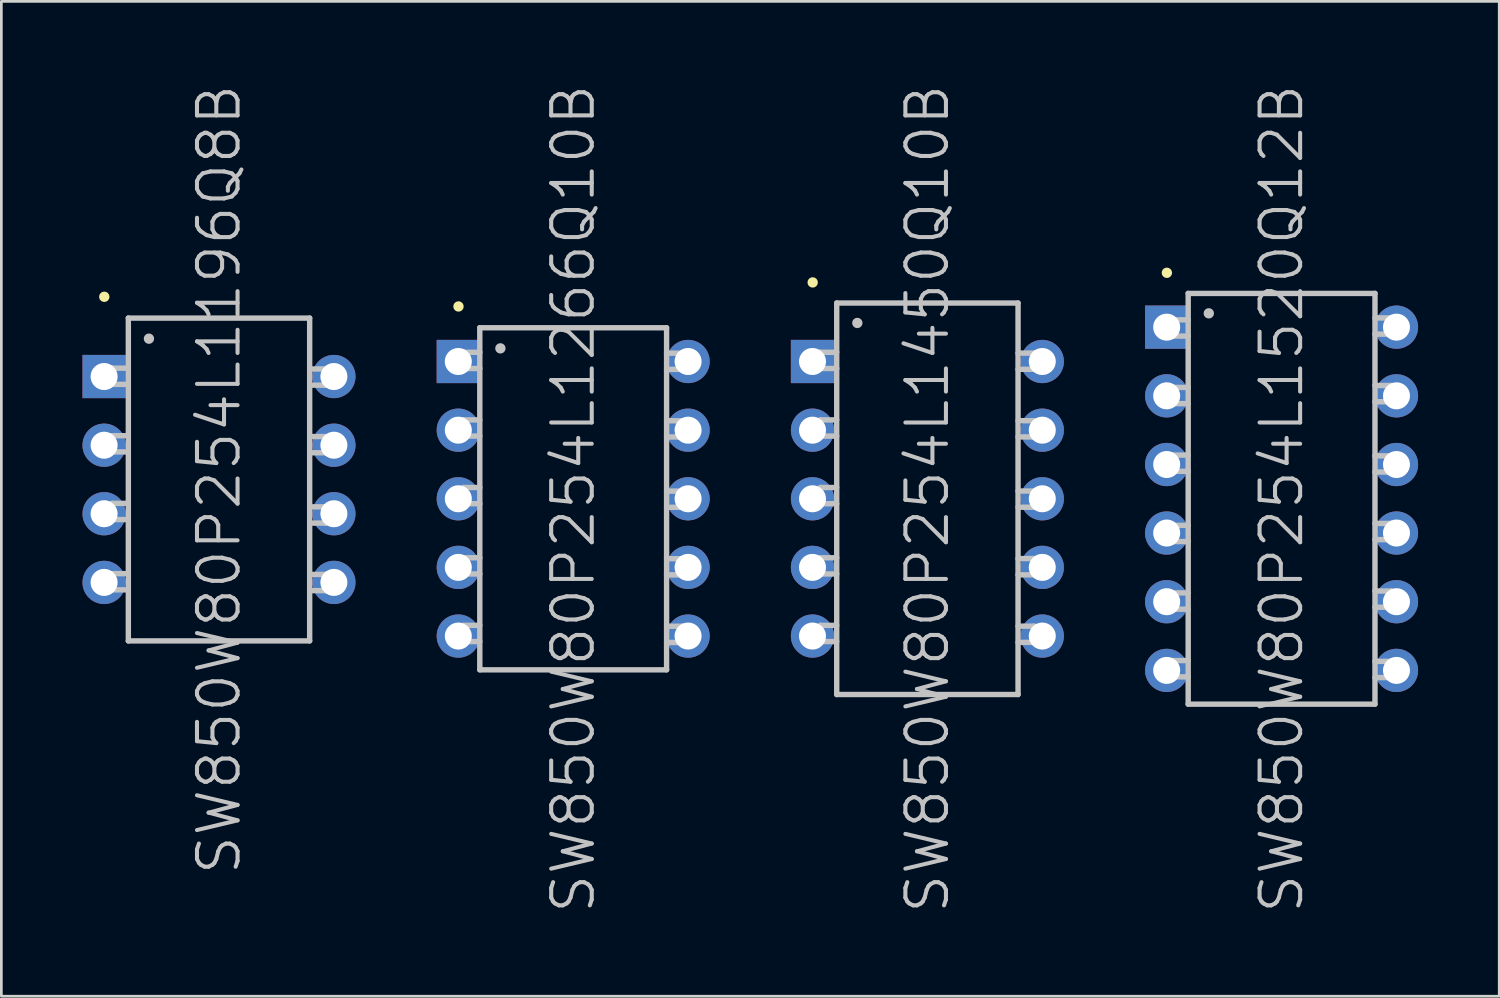
<source format=kicad_pcb>
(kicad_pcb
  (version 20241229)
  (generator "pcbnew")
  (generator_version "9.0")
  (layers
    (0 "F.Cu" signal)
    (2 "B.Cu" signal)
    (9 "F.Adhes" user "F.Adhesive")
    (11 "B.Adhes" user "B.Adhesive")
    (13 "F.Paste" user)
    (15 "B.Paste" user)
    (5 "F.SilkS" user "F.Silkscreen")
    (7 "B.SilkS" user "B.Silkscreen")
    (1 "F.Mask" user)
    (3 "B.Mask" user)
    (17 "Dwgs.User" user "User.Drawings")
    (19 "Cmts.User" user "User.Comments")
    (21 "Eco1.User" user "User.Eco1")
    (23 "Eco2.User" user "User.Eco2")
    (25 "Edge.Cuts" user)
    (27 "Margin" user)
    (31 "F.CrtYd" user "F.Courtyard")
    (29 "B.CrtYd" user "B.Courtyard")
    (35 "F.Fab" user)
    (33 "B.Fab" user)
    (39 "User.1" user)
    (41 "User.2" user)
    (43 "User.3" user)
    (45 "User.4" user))
  (footprint "SW850W80P254L1266Q10B"
    (layer "F.Cu")
    (at 18.148 15.396)
    (property "Reference" "SW850W80P254L1266Q10B" (at 0 0 90) (layer "Dwgs.User") (effects (font (size 1.5 1.5) (thickness 0.15))))
    (attr through_hole)
    (fp_line (start -4.242 -7.112) (end -4.242 -7.112) (stroke (width 0.381) (type solid)) (layer "F.SilkS"))
    (fp_line (start -4.054 -2.918) (end -4.054 -2.319) (stroke (width 0.2) (type solid)) (layer "Dwgs.User"))
    (fp_line (start -4.054 -2.319) (end -3.454 -2.319) (stroke (width 0.2) (type solid)) (layer "Dwgs.User"))
    (fp_line (start -4.054 -0.417) (end -4.054 0.183) (stroke (width 0.2) (type solid)) (layer "Dwgs.User"))
    (fp_line (start -4.054 0.183) (end -3.454 0.183) (stroke (width 0.2) (type solid)) (layer "Dwgs.User"))
    (fp_line (start -4.054 4.681) (end -4.054 5.281) (stroke (width 0.2) (type solid)) (layer "Dwgs.User"))
    (fp_line (start -4.054 5.281) (end -3.454 5.281) (stroke (width 0.2) (type solid)) (layer "Dwgs.User"))
    (fp_line (start -4.051 -5.418) (end -4.051 -4.818) (stroke (width 0.2) (type solid)) (layer "Dwgs.User"))
    (fp_line (start -4.051 -4.818) (end -3.452 -4.818) (stroke (width 0.2) (type solid)) (layer "Dwgs.User"))
    (fp_line (start -4.051 2.182) (end -4.051 2.781) (stroke (width 0.2) (type solid)) (layer "Dwgs.User"))
    (fp_line (start -4.051 2.781) (end -3.452 2.781) (stroke (width 0.2) (type solid)) (layer "Dwgs.User"))
    (fp_line (start -3.454 -6.325) (end -3.454 6.325) (stroke (width 0.2) (type solid)) (layer "Dwgs.User"))
    (fp_line (start -3.454 -6.325) (end 3.454 -6.325) (stroke (width 0.2) (type solid)) (layer "Dwgs.User"))
    (fp_line (start -3.454 -2.918) (end -4.054 -2.918) (stroke (width 0.2) (type solid)) (layer "Dwgs.User"))
    (fp_line (start -3.454 -0.417) (end -4.054 -0.417) (stroke (width 0.2) (type solid)) (layer "Dwgs.User"))
    (fp_line (start -3.454 4.681) (end -4.054 4.681) (stroke (width 0.2) (type solid)) (layer "Dwgs.User"))
    (fp_line (start -3.454 6.325) (end 3.454 6.325) (stroke (width 0.2) (type solid)) (layer "Dwgs.User"))
    (fp_line (start -3.452 -5.418) (end -4.051 -5.418) (stroke (width 0.2) (type solid)) (layer "Dwgs.User"))
    (fp_line (start -3.452 2.182) (end -4.051 2.182) (stroke (width 0.2) (type solid)) (layer "Dwgs.User"))
    (fp_line (start -2.692 -5.563) (end -2.692 -5.563) (stroke (width 0.381) (type solid)) (layer "Dwgs.User"))
    (fp_line (start 3.454 -6.325) (end 3.454 6.325) (stroke (width 0.2) (type solid)) (layer "Dwgs.User"))
    (fp_line (start 3.454 -4.785) (end 4.054 -4.785) (stroke (width 0.2) (type solid)) (layer "Dwgs.User"))
    (fp_line (start 3.454 -2.286) (end 4.054 -2.286) (stroke (width 0.2) (type solid)) (layer "Dwgs.User"))
    (fp_line (start 3.454 0.315) (end 4.054 0.315) (stroke (width 0.2) (type solid)) (layer "Dwgs.User"))
    (fp_line (start 3.454 2.814) (end 4.054 2.814) (stroke (width 0.2) (type solid)) (layer "Dwgs.User"))
    (fp_line (start 3.454 5.314) (end 4.054 5.314) (stroke (width 0.2) (type solid)) (layer "Dwgs.User"))
    (fp_line (start 4.054 -5.385) (end 3.454 -5.385) (stroke (width 0.2) (type solid)) (layer "Dwgs.User"))
    (fp_line (start 4.054 -4.785) (end 4.054 -5.385) (stroke (width 0.2) (type solid)) (layer "Dwgs.User"))
    (fp_line (start 4.054 -2.885) (end 3.454 -2.885) (stroke (width 0.2) (type solid)) (layer "Dwgs.User"))
    (fp_line (start 4.054 -2.286) (end 4.054 -2.885) (stroke (width 0.2) (type solid)) (layer "Dwgs.User"))
    (fp_line (start 4.054 -0.284) (end 3.454 -0.284) (stroke (width 0.2) (type solid)) (layer "Dwgs.User"))
    (fp_line (start 4.054 0.315) (end 4.054 -0.284) (stroke (width 0.2) (type solid)) (layer "Dwgs.User"))
    (fp_line (start 4.054 2.215) (end 3.454 2.215) (stroke (width 0.2) (type solid)) (layer "Dwgs.User"))
    (fp_line (start 4.054 2.814) (end 4.054 2.215) (stroke (width 0.2) (type solid)) (layer "Dwgs.User"))
    (fp_line (start 4.054 4.714) (end 3.454 4.714) (stroke (width 0.2) (type solid)) (layer "Dwgs.User"))
    (fp_line (start 4.054 5.314) (end 4.054 4.714) (stroke (width 0.2) (type solid)) (layer "Dwgs.User"))
    (pad "1" thru_hole rect (at -4.249 -5.077 180) (size 1.6 1.6) (drill 1) (layers "*.Cu" "*.Mask"))
    (pad "2" thru_hole circle (at -4.249 -2.537 180) (size 1.6 1.6) (drill 1) (layers "*.Cu" "*.Mask"))
    (pad "3" thru_hole circle (at -4.249 0 180) (size 1.6 1.6) (drill 1) (layers "*.Cu" "*.Mask"))
    (pad "4" thru_hole circle (at -4.249 2.537 180) (size 1.6 1.6) (drill 1) (layers "*.Cu" "*.Mask"))
    (pad "5" thru_hole circle (at -4.249 5.077 180) (size 1.6 1.6) (drill 1) (layers "*.Cu" "*.Mask"))
    (pad "6" thru_hole circle (at 4.249 5.077 180) (size 1.6 1.6) (drill 1) (layers "*.Cu" "*.Mask"))
    (pad "7" thru_hole circle (at 4.249 2.537 180) (size 1.6 1.6) (drill 1) (layers "*.Cu" "*.Mask"))
    (pad "8" thru_hole circle (at 4.249 0 180) (size 1.6 1.6) (drill 1) (layers "*.Cu" "*.Mask"))
    (pad "9" thru_hole circle (at 4.249 -2.537 180) (size 1.6 1.6) (drill 1) (layers "*.Cu" "*.Mask"))
    (pad "10" thru_hole circle (at 4.249 -5.077 180) (size 1.6 1.6) (drill 1) (layers "*.Cu" "*.Mask")))
  (footprint "SW850W80P254L1520Q12B"
    (layer "F.Cu")
    (at 44.346 15.396)
    (property "Reference" "SW850W80P254L1520Q12B" (at 0 0 90) (layer "Dwgs.User") (effects (font (size 1.5 1.5) (thickness 0.15))))
    (attr through_hole)
    (fp_line (start -4.242 -8.357) (end -4.242 -8.357) (stroke (width 0.381) (type solid)) (layer "F.SilkS"))
    (fp_line (start -4.054 -4.117) (end -4.054 -3.518) (stroke (width 0.2) (type solid)) (layer "Dwgs.User"))
    (fp_line (start -4.054 -3.518) (end -3.454 -3.518) (stroke (width 0.2) (type solid)) (layer "Dwgs.User"))
    (fp_line (start -4.054 -1.615) (end -4.054 -1.016) (stroke (width 0.2) (type solid)) (layer "Dwgs.User"))
    (fp_line (start -4.054 -1.016) (end -3.454 -1.016) (stroke (width 0.2) (type solid)) (layer "Dwgs.User"))
    (fp_line (start -4.054 3.482) (end -4.054 4.082) (stroke (width 0.2) (type solid)) (layer "Dwgs.User"))
    (fp_line (start -4.054 4.082) (end -3.454 4.082) (stroke (width 0.2) (type solid)) (layer "Dwgs.User"))
    (fp_line (start -4.054 5.984) (end -4.054 6.584) (stroke (width 0.2) (type solid)) (layer "Dwgs.User"))
    (fp_line (start -4.054 6.584) (end -3.454 6.584) (stroke (width 0.2) (type solid)) (layer "Dwgs.User"))
    (fp_line (start -4.051 -6.617) (end -4.051 -6.017) (stroke (width 0.2) (type solid)) (layer "Dwgs.User"))
    (fp_line (start -4.051 -6.017) (end -3.452 -6.017) (stroke (width 0.2) (type solid)) (layer "Dwgs.User"))
    (fp_line (start -4.051 0.983) (end -4.051 1.582) (stroke (width 0.2) (type solid)) (layer "Dwgs.User"))
    (fp_line (start -4.051 1.582) (end -3.452 1.582) (stroke (width 0.2) (type solid)) (layer "Dwgs.User"))
    (fp_line (start -3.454 -7.595) (end -3.454 7.595) (stroke (width 0.2) (type solid)) (layer "Dwgs.User"))
    (fp_line (start -3.454 -7.595) (end 3.454 -7.595) (stroke (width 0.2) (type solid)) (layer "Dwgs.User"))
    (fp_line (start -3.454 -4.117) (end -4.054 -4.117) (stroke (width 0.2) (type solid)) (layer "Dwgs.User"))
    (fp_line (start -3.454 -1.615) (end -4.054 -1.615) (stroke (width 0.2) (type solid)) (layer "Dwgs.User"))
    (fp_line (start -3.454 3.482) (end -4.054 3.482) (stroke (width 0.2) (type solid)) (layer "Dwgs.User"))
    (fp_line (start -3.454 5.984) (end -4.054 5.984) (stroke (width 0.2) (type solid)) (layer "Dwgs.User"))
    (fp_line (start -3.454 7.595) (end 3.454 7.595) (stroke (width 0.2) (type solid)) (layer "Dwgs.User"))
    (fp_line (start -3.452 -6.617) (end -4.051 -6.617) (stroke (width 0.2) (type solid)) (layer "Dwgs.User"))
    (fp_line (start -3.452 0.983) (end -4.051 0.983) (stroke (width 0.2) (type solid)) (layer "Dwgs.User"))
    (fp_line (start -2.692 -6.858) (end -2.692 -6.858) (stroke (width 0.381) (type solid)) (layer "Dwgs.User"))
    (fp_line (start 3.452 -6.088) (end 4.051 -6.088) (stroke (width 0.2) (type solid)) (layer "Dwgs.User"))
    (fp_line (start 3.452 -3.589) (end 4.051 -3.589) (stroke (width 0.2) (type solid)) (layer "Dwgs.User"))
    (fp_line (start 3.452 -0.988) (end 4.051 -0.988) (stroke (width 0.2) (type solid)) (layer "Dwgs.User"))
    (fp_line (start 3.452 1.511) (end 4.051 1.511) (stroke (width 0.2) (type solid)) (layer "Dwgs.User"))
    (fp_line (start 3.452 4.011) (end 4.051 4.011) (stroke (width 0.2) (type solid)) (layer "Dwgs.User"))
    (fp_line (start 3.452 6.612) (end 4.051 6.612) (stroke (width 0.2) (type solid)) (layer "Dwgs.User"))
    (fp_line (start 3.454 -7.595) (end 3.454 7.595) (stroke (width 0.2) (type solid)) (layer "Dwgs.User"))
    (fp_line (start 4.051 -6.688) (end 3.452 -6.688) (stroke (width 0.2) (type solid)) (layer "Dwgs.User"))
    (fp_line (start 4.051 -6.088) (end 4.051 -6.688) (stroke (width 0.2) (type solid)) (layer "Dwgs.User"))
    (fp_line (start 4.051 -4.188) (end 3.452 -4.188) (stroke (width 0.2) (type solid)) (layer "Dwgs.User"))
    (fp_line (start 4.051 -3.589) (end 4.051 -4.188) (stroke (width 0.2) (type solid)) (layer "Dwgs.User"))
    (fp_line (start 4.051 -1.587) (end 3.452 -1.587) (stroke (width 0.2) (type solid)) (layer "Dwgs.User"))
    (fp_line (start 4.051 -0.988) (end 4.051 -1.587) (stroke (width 0.2) (type solid)) (layer "Dwgs.User"))
    (fp_line (start 4.051 0.912) (end 3.452 0.912) (stroke (width 0.2) (type solid)) (layer "Dwgs.User"))
    (fp_line (start 4.051 1.511) (end 4.051 0.912) (stroke (width 0.2) (type solid)) (layer "Dwgs.User"))
    (fp_line (start 4.051 3.411) (end 3.452 3.411) (stroke (width 0.2) (type solid)) (layer "Dwgs.User"))
    (fp_line (start 4.051 4.011) (end 4.051 3.411) (stroke (width 0.2) (type solid)) (layer "Dwgs.User"))
    (fp_line (start 4.051 6.012) (end 3.452 6.012) (stroke (width 0.2) (type solid)) (layer "Dwgs.User"))
    (fp_line (start 4.051 6.612) (end 4.051 6.012) (stroke (width 0.2) (type solid)) (layer "Dwgs.User"))
    (pad "1" thru_hole rect (at -4.249 -6.347 180) (size 1.6 1.6) (drill 1) (layers "*.Cu" "*.Mask"))
    (pad "2" thru_hole circle (at -4.249 -3.807 180) (size 1.6 1.6) (drill 1) (layers "*.Cu" "*.Mask"))
    (pad "3" thru_hole circle (at -4.249 -1.267 180) (size 1.6 1.6) (drill 1) (layers "*.Cu" "*.Mask"))
    (pad "4" thru_hole circle (at -4.249 1.267 180) (size 1.6 1.6) (drill 1) (layers "*.Cu" "*.Mask"))
    (pad "5" thru_hole circle (at -4.249 3.807 180) (size 1.6 1.6) (drill 1) (layers "*.Cu" "*.Mask"))
    (pad "6" thru_hole circle (at -4.249 6.347 180) (size 1.6 1.6) (drill 1) (layers "*.Cu" "*.Mask"))
    (pad "7" thru_hole circle (at 4.249 6.347 180) (size 1.6 1.6) (drill 1) (layers "*.Cu" "*.Mask"))
    (pad "8" thru_hole circle (at 4.249 3.807 180) (size 1.6 1.6) (drill 1) (layers "*.Cu" "*.Mask"))
    (pad "9" thru_hole circle (at 4.249 1.267 180) (size 1.6 1.6) (drill 1) (layers "*.Cu" "*.Mask"))
    (pad "10" thru_hole circle (at 4.249 -1.267 180) (size 1.6 1.6) (drill 1) (layers "*.Cu" "*.Mask"))
    (pad "11" thru_hole circle (at 4.249 -3.807 180) (size 1.6 1.6) (drill 1) (layers "*.Cu" "*.Mask"))
    (pad "12" thru_hole circle (at 4.249 -6.347 180) (size 1.6 1.6) (drill 1) (layers "*.Cu" "*.Mask")))
  (footprint "SW850W80P254L1196Q8B"
    (layer "F.Cu")
    (at 5.049 14.682)
    (property "Reference" "SW850W80P254L1196Q8B" (at 0 0 90) (layer "Dwgs.User") (effects (font (size 1.5 1.5) (thickness 0.15))))
    (attr through_hole)
    (fp_line (start -4.242 -6.756) (end -4.242 -6.756) (stroke (width 0.381) (type solid)) (layer "F.SilkS"))
    (fp_line (start -3.955 -1.618) (end -3.955 -1.019) (stroke (width 0.2) (type solid)) (layer "Dwgs.User"))
    (fp_line (start -3.955 -1.019) (end -3.355 -1.019) (stroke (width 0.2) (type solid)) (layer "Dwgs.User"))
    (fp_line (start -3.955 0.884) (end -3.955 1.483) (stroke (width 0.2) (type solid)) (layer "Dwgs.User"))
    (fp_line (start -3.955 1.483) (end -3.355 1.483) (stroke (width 0.2) (type solid)) (layer "Dwgs.User"))
    (fp_line (start -3.952 -4.117) (end -3.952 -3.518) (stroke (width 0.2) (type solid)) (layer "Dwgs.User"))
    (fp_line (start -3.952 -3.518) (end -3.353 -3.518) (stroke (width 0.2) (type solid)) (layer "Dwgs.User"))
    (fp_line (start -3.952 3.482) (end -3.952 4.082) (stroke (width 0.2) (type solid)) (layer "Dwgs.User"))
    (fp_line (start -3.952 4.082) (end -3.353 4.082) (stroke (width 0.2) (type solid)) (layer "Dwgs.User"))
    (fp_line (start -3.355 -1.618) (end -3.955 -1.618) (stroke (width 0.2) (type solid)) (layer "Dwgs.User"))
    (fp_line (start -3.355 0.884) (end -3.955 0.884) (stroke (width 0.2) (type solid)) (layer "Dwgs.User"))
    (fp_line (start -3.353 -5.969) (end -3.353 5.969) (stroke (width 0.2) (type solid)) (layer "Dwgs.User"))
    (fp_line (start -3.353 -5.969) (end 3.353 -5.969) (stroke (width 0.2) (type solid)) (layer "Dwgs.User"))
    (fp_line (start -3.353 -4.117) (end -3.952 -4.117) (stroke (width 0.2) (type solid)) (layer "Dwgs.User"))
    (fp_line (start -3.353 3.482) (end -3.952 3.482) (stroke (width 0.2) (type solid)) (layer "Dwgs.User"))
    (fp_line (start -3.353 5.969) (end 3.353 5.969) (stroke (width 0.2) (type solid)) (layer "Dwgs.User"))
    (fp_line (start -2.591 -5.207) (end -2.591 -5.207) (stroke (width 0.381) (type solid)) (layer "Dwgs.User"))
    (fp_line (start 3.353 -5.969) (end 3.353 5.969) (stroke (width 0.2) (type solid)) (layer "Dwgs.User"))
    (fp_line (start 3.353 -3.487) (end 3.952 -3.487) (stroke (width 0.2) (type solid)) (layer "Dwgs.User"))
    (fp_line (start 3.353 -0.988) (end 3.952 -0.988) (stroke (width 0.2) (type solid)) (layer "Dwgs.User"))
    (fp_line (start 3.353 1.613) (end 3.952 1.613) (stroke (width 0.2) (type solid)) (layer "Dwgs.User"))
    (fp_line (start 3.353 4.112) (end 3.952 4.112) (stroke (width 0.2) (type solid)) (layer "Dwgs.User"))
    (fp_line (start 3.952 -4.087) (end 3.353 -4.087) (stroke (width 0.2) (type solid)) (layer "Dwgs.User"))
    (fp_line (start 3.952 -3.487) (end 3.952 -4.087) (stroke (width 0.2) (type solid)) (layer "Dwgs.User"))
    (fp_line (start 3.952 -1.587) (end 3.353 -1.587) (stroke (width 0.2) (type solid)) (layer "Dwgs.User"))
    (fp_line (start 3.952 -0.988) (end 3.952 -1.587) (stroke (width 0.2) (type solid)) (layer "Dwgs.User"))
    (fp_line (start 3.952 1.013) (end 3.353 1.013) (stroke (width 0.2) (type solid)) (layer "Dwgs.User"))
    (fp_line (start 3.952 1.613) (end 3.952 1.013) (stroke (width 0.2) (type solid)) (layer "Dwgs.User"))
    (fp_line (start 3.952 3.513) (end 3.353 3.513) (stroke (width 0.2) (type solid)) (layer "Dwgs.User"))
    (fp_line (start 3.952 4.112) (end 3.952 3.513) (stroke (width 0.2) (type solid)) (layer "Dwgs.User"))
    (pad "1" thru_hole rect (at -4.249 -3.807 180) (size 1.6 1.6) (drill 1) (layers "*.Cu" "*.Mask"))
    (pad "2" thru_hole circle (at -4.249 -1.267 180) (size 1.6 1.6) (drill 1) (layers "*.Cu" "*.Mask"))
    (pad "3" thru_hole circle (at -4.249 1.267 180) (size 1.6 1.6) (drill 1) (layers "*.Cu" "*.Mask"))
    (pad "4" thru_hole circle (at -4.249 3.807 180) (size 1.6 1.6) (drill 1) (layers "*.Cu" "*.Mask"))
    (pad "5" thru_hole circle (at 4.249 3.807 180) (size 1.6 1.6) (drill 1) (layers "*.Cu" "*.Mask"))
    (pad "6" thru_hole circle (at 4.249 1.267 180) (size 1.6 1.6) (drill 1) (layers "*.Cu" "*.Mask"))
    (pad "7" thru_hole circle (at 4.249 -1.267 180) (size 1.6 1.6) (drill 1) (layers "*.Cu" "*.Mask"))
    (pad "8" thru_hole circle (at 4.249 -3.807 180) (size 1.6 1.6) (drill 1) (layers "*.Cu" "*.Mask")))
  (footprint "SW850W80P254L1450Q10B"
    (layer "F.Cu")
    (at 31.247 15.396)
    (property "Reference" "SW850W80P254L1450Q10B" (at 0 0 90) (layer "Dwgs.User") (effects (font (size 1.5 1.5) (thickness 0.15))))
    (attr through_hole)
    (fp_line (start -4.242 -8.001) (end -4.242 -8.001) (stroke (width 0.381) (type solid)) (layer "F.SilkS"))
    (fp_line (start -3.955 -2.918) (end -3.955 -2.319) (stroke (width 0.2) (type solid)) (layer "Dwgs.User"))
    (fp_line (start -3.955 -2.319) (end -3.355 -2.319) (stroke (width 0.2) (type solid)) (layer "Dwgs.User"))
    (fp_line (start -3.955 -0.417) (end -3.955 0.183) (stroke (width 0.2) (type solid)) (layer "Dwgs.User"))
    (fp_line (start -3.955 0.183) (end -3.355 0.183) (stroke (width 0.2) (type solid)) (layer "Dwgs.User"))
    (fp_line (start -3.955 4.681) (end -3.955 5.281) (stroke (width 0.2) (type solid)) (layer "Dwgs.User"))
    (fp_line (start -3.955 5.281) (end -3.355 5.281) (stroke (width 0.2) (type solid)) (layer "Dwgs.User"))
    (fp_line (start -3.952 -5.418) (end -3.952 -4.818) (stroke (width 0.2) (type solid)) (layer "Dwgs.User"))
    (fp_line (start -3.952 -4.818) (end -3.353 -4.818) (stroke (width 0.2) (type solid)) (layer "Dwgs.User"))
    (fp_line (start -3.952 2.182) (end -3.952 2.781) (stroke (width 0.2) (type solid)) (layer "Dwgs.User"))
    (fp_line (start -3.952 2.781) (end -3.353 2.781) (stroke (width 0.2) (type solid)) (layer "Dwgs.User"))
    (fp_line (start -3.355 -2.918) (end -3.955 -2.918) (stroke (width 0.2) (type solid)) (layer "Dwgs.User"))
    (fp_line (start -3.355 -0.417) (end -3.955 -0.417) (stroke (width 0.2) (type solid)) (layer "Dwgs.User"))
    (fp_line (start -3.355 4.681) (end -3.955 4.681) (stroke (width 0.2) (type solid)) (layer "Dwgs.User"))
    (fp_line (start -3.353 -7.239) (end -3.353 7.239) (stroke (width 0.2) (type solid)) (layer "Dwgs.User"))
    (fp_line (start -3.353 -7.239) (end 3.353 -7.239) (stroke (width 0.2) (type solid)) (layer "Dwgs.User"))
    (fp_line (start -3.353 -5.418) (end -3.952 -5.418) (stroke (width 0.2) (type solid)) (layer "Dwgs.User"))
    (fp_line (start -3.353 2.182) (end -3.952 2.182) (stroke (width 0.2) (type solid)) (layer "Dwgs.User"))
    (fp_line (start -3.353 7.239) (end 3.353 7.239) (stroke (width 0.2) (type solid)) (layer "Dwgs.User"))
    (fp_line (start -2.591 -6.502) (end -2.591 -6.502) (stroke (width 0.381) (type solid)) (layer "Dwgs.User"))
    (fp_line (start 3.353 -7.239) (end 3.353 7.239) (stroke (width 0.2) (type solid)) (layer "Dwgs.User"))
    (fp_line (start 3.353 -4.788) (end 3.952 -4.788) (stroke (width 0.2) (type solid)) (layer "Dwgs.User"))
    (fp_line (start 3.353 -2.289) (end 3.952 -2.289) (stroke (width 0.2) (type solid)) (layer "Dwgs.User"))
    (fp_line (start 3.353 0.312) (end 3.952 0.312) (stroke (width 0.2) (type solid)) (layer "Dwgs.User"))
    (fp_line (start 3.353 2.812) (end 3.952 2.812) (stroke (width 0.2) (type solid)) (layer "Dwgs.User"))
    (fp_line (start 3.353 5.311) (end 3.952 5.311) (stroke (width 0.2) (type solid)) (layer "Dwgs.User"))
    (fp_line (start 3.952 -5.387) (end 3.353 -5.387) (stroke (width 0.2) (type solid)) (layer "Dwgs.User"))
    (fp_line (start 3.952 -4.788) (end 3.952 -5.387) (stroke (width 0.2) (type solid)) (layer "Dwgs.User"))
    (fp_line (start 3.952 -2.888) (end 3.353 -2.888) (stroke (width 0.2) (type solid)) (layer "Dwgs.User"))
    (fp_line (start 3.952 -2.289) (end 3.952 -2.888) (stroke (width 0.2) (type solid)) (layer "Dwgs.User"))
    (fp_line (start 3.952 -0.287) (end 3.353 -0.287) (stroke (width 0.2) (type solid)) (layer "Dwgs.User"))
    (fp_line (start 3.952 0.312) (end 3.952 -0.287) (stroke (width 0.2) (type solid)) (layer "Dwgs.User"))
    (fp_line (start 3.952 2.212) (end 3.353 2.212) (stroke (width 0.2) (type solid)) (layer "Dwgs.User"))
    (fp_line (start 3.952 2.812) (end 3.952 2.212) (stroke (width 0.2) (type solid)) (layer "Dwgs.User"))
    (fp_line (start 3.952 4.712) (end 3.353 4.712) (stroke (width 0.2) (type solid)) (layer "Dwgs.User"))
    (fp_line (start 3.952 5.311) (end 3.952 4.712) (stroke (width 0.2) (type solid)) (layer "Dwgs.User"))
    (pad "1" thru_hole rect (at -4.249 -5.077 180) (size 1.6 1.6) (drill 1) (layers "*.Cu" "*.Mask"))
    (pad "2" thru_hole circle (at -4.249 -2.537 180) (size 1.6 1.6) (drill 1) (layers "*.Cu" "*.Mask"))
    (pad "3" thru_hole circle (at -4.249 0 180) (size 1.6 1.6) (drill 1) (layers "*.Cu" "*.Mask"))
    (pad "4" thru_hole circle (at -4.249 2.537 180) (size 1.6 1.6) (drill 1) (layers "*.Cu" "*.Mask"))
    (pad "5" thru_hole circle (at -4.249 5.077 180) (size 1.6 1.6) (drill 1) (layers "*.Cu" "*.Mask"))
    (pad "6" thru_hole circle (at 4.249 5.077 180) (size 1.6 1.6) (drill 1) (layers "*.Cu" "*.Mask"))
    (pad "7" thru_hole circle (at 4.249 2.537 180) (size 1.6 1.6) (drill 1) (layers "*.Cu" "*.Mask"))
    (pad "8" thru_hole circle (at 4.249 0 180) (size 1.6 1.6) (drill 1) (layers "*.Cu" "*.Mask"))
    (pad "9" thru_hole circle (at 4.249 -2.537 180) (size 1.6 1.6) (drill 1) (layers "*.Cu" "*.Mask"))
    (pad "10" thru_hole circle (at 4.249 -5.077 180) (size 1.6 1.6) (drill 1) (layers "*.Cu" "*.Mask")))
  (gr_rect
    (start -3 -3)
    (end 52.395 33.793)
    (stroke (width 0.1) (type default))
    (fill no)
    (layer "Edge.Cuts")))
</source>
